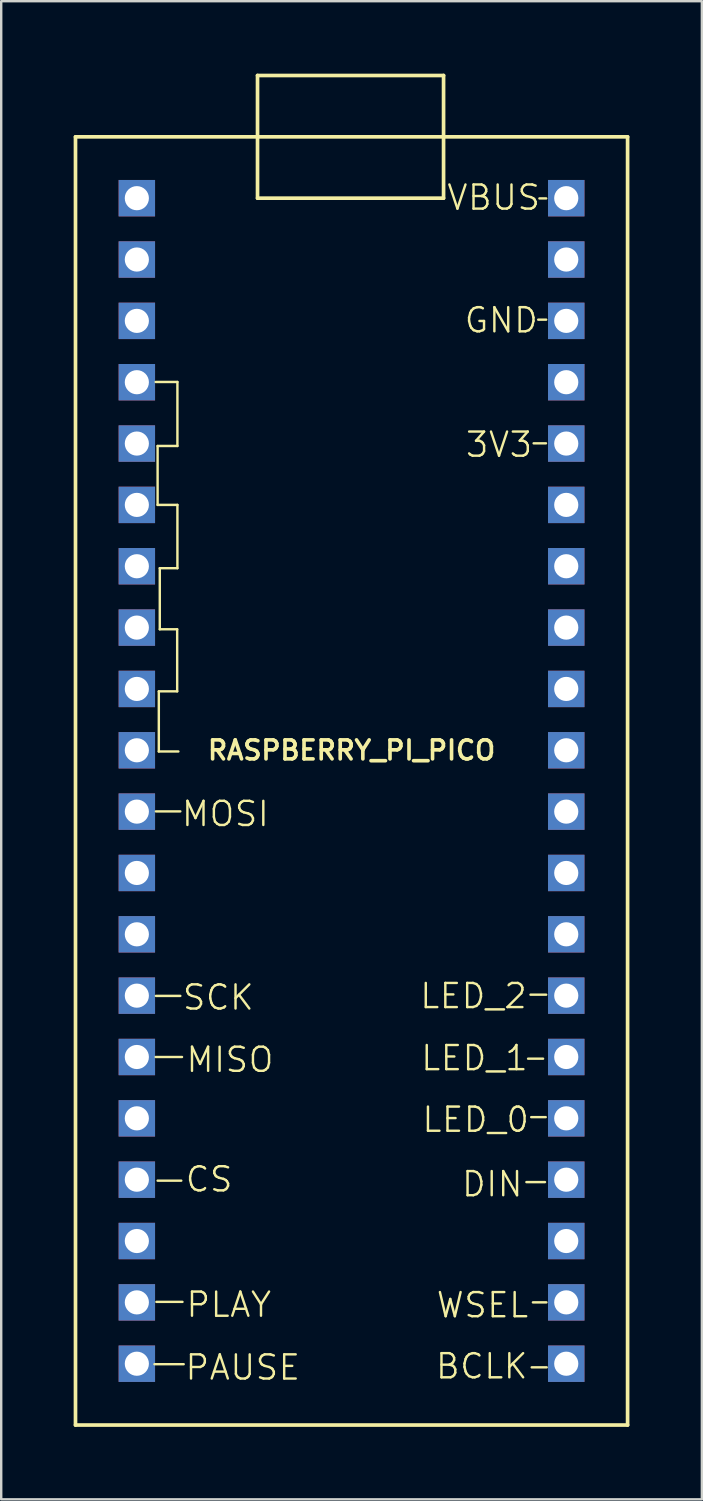
<source format=kicad_pcb>
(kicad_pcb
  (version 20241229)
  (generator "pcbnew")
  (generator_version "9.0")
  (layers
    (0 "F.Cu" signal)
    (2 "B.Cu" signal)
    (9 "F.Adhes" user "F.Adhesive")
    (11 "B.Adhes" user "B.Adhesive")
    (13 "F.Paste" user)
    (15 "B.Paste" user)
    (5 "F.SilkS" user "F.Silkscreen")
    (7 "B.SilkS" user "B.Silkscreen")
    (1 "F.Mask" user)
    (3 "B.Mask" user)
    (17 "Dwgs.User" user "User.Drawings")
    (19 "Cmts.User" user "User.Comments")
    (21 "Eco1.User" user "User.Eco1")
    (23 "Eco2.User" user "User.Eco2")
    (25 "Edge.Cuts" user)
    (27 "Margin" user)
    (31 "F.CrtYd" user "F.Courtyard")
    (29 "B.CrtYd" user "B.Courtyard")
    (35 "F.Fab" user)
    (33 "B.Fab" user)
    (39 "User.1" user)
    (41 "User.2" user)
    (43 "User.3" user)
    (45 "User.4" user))
  (footprint "RASPBERRY_PI_PICO"
    (layer "F.Cu")
    (at 11.506 28.016)
    (property "Reference" "RASPBERRY_PI_PICO" (at 0 0 0) (layer "F.SilkS") (effects (font (size 0.787 0.787) (thickness 0.15))))
    (attr through_hole)
    (fp_line (start -11.43 -25.4) (end -11.43 27.94) (stroke (width 0.152) (type solid)) (layer "F.SilkS"))
    (fp_line (start -11.43 27.94) (end 11.43 27.94) (stroke (width 0.152) (type solid)) (layer "F.SilkS"))
    (fp_line (start -8.16 25.42) (end -6.95 25.42) (stroke (width 0.1) (type default)) (layer "F.SilkS"))
    (fp_line (start -8.11 -15.25) (end -7.21 -15.25) (stroke (width 0.1) (type default)) (layer "F.SilkS"))
    (fp_line (start -8.11 12.7) (end -7.02 12.7) (stroke (width 0.1) (type default)) (layer "F.SilkS"))
    (fp_line (start -8.1 2.53) (end -7.09 2.53) (stroke (width 0.1) (type default)) (layer "F.SilkS"))
    (fp_line (start -8.1 10.17) (end -7.09 10.17) (stroke (width 0.1) (type default)) (layer "F.SilkS"))
    (fp_line (start -8.08 22.84) (end -7 22.84) (stroke (width 0.1) (type default)) (layer "F.SilkS"))
    (fp_line (start -8.03 -12.6) (end -8.03 -10.16) (stroke (width 0.1) (type default)) (layer "F.SilkS"))
    (fp_line (start -8.03 -10.16) (end -7.21 -10.16) (stroke (width 0.1) (type default)) (layer "F.SilkS"))
    (fp_line (start -8.03 17.82) (end -7.05 17.82) (stroke (width 0.1) (type default)) (layer "F.SilkS"))
    (fp_line (start -7.98 -2.44) (end -7.98 0.05) (stroke (width 0.1) (type default)) (layer "F.SilkS"))
    (fp_line (start -7.98 0.05) (end -7.17 0.05) (stroke (width 0.1) (type default)) (layer "F.SilkS"))
    (fp_line (start -7.94 -7.54) (end -7.94 -5.01) (stroke (width 0.1) (type default)) (layer "F.SilkS"))
    (fp_line (start -7.94 -5.01) (end -7.22 -5.01) (stroke (width 0.1) (type default)) (layer "F.SilkS"))
    (fp_line (start -7.22 -5.01) (end -7.22 -2.44) (stroke (width 0.1) (type default)) (layer "F.SilkS"))
    (fp_line (start -7.22 -2.44) (end -7.98 -2.44) (stroke (width 0.1) (type default)) (layer "F.SilkS"))
    (fp_line (start -7.21 -15.25) (end -7.21 -12.6) (stroke (width 0.1) (type default)) (layer "F.SilkS"))
    (fp_line (start -7.21 -12.6) (end -8.03 -12.6) (stroke (width 0.1) (type default)) (layer "F.SilkS"))
    (fp_line (start -7.21 -10.16) (end -7.21 -7.54) (stroke (width 0.1) (type default)) (layer "F.SilkS"))
    (fp_line (start -7.21 -7.54) (end -7.94 -7.54) (stroke (width 0.1) (type default)) (layer "F.SilkS"))
    (fp_line (start -3.893 -27.94) (end -3.893 -22.86) (stroke (width 0.152) (type solid)) (layer "F.SilkS"))
    (fp_line (start -3.893 -22.86) (end 3.81 -22.86) (stroke (width 0.152) (type solid)) (layer "F.SilkS"))
    (fp_line (start 3.81 -27.94) (end -3.893 -27.94) (stroke (width 0.152) (type solid)) (layer "F.SilkS"))
    (fp_line (start 3.81 -22.86) (end 3.81 -27.94) (stroke (width 0.152) (type solid)) (layer "F.SilkS"))
    (fp_line (start 7.46 25.55) (end 8.08 25.55) (stroke (width 0.1) (type default)) (layer "F.SilkS"))
    (fp_line (start 7.93 12.77) (end 7.31 12.77) (stroke (width 0.1) (type default)) (layer "F.SilkS"))
    (fp_line (start 8.01 17.88) (end 7.24 17.88) (stroke (width 0.1) (type default)) (layer "F.SilkS"))
    (fp_line (start 8.04 15.19) (end 7.44 15.19) (stroke (width 0.1) (type default)) (layer "F.SilkS"))
    (fp_line (start 8.05 -12.71) (end 7.54 -12.71) (stroke (width 0.1) (type default)) (layer "F.SilkS"))
    (fp_line (start 8.06 -22.85) (end 7.78 -22.85) (stroke (width 0.1) (type default)) (layer "F.SilkS"))
    (fp_line (start 8.06 -17.83) (end 7.73 -17.83) (stroke (width 0.1) (type default)) (layer "F.SilkS"))
    (fp_line (start 8.06 10.12) (end 7.41 10.12) (stroke (width 0.1) (type default)) (layer "F.SilkS"))
    (fp_line (start 8.07 22.86) (end 7.51 22.86) (stroke (width 0.1) (type default)) (layer "F.SilkS"))
    (fp_line (start 11.43 -25.4) (end -11.43 -25.4) (stroke (width 0.152) (type solid)) (layer "F.SilkS"))
    (fp_line (start 11.43 27.94) (end 11.43 -25.4) (stroke (width 0.152) (type solid)) (layer "F.SilkS"))
    (fp_text user "BCLK" (at 3.42 26.09 0) (unlocked yes) (layer "F.SilkS") (effects (font (size 1 1) (thickness 0.1)) (justify left bottom)))
    (fp_text user "PAUSE" (at -6.95 26.14 0) (unlocked yes) (layer "F.SilkS") (effects (font (size 1 1) (thickness 0.1)) (justify left bottom)))
    (fp_text user "LED_0" (at 2.86 15.88 0) (unlocked yes) (layer "F.SilkS") (effects (font (size 1 1) (thickness 0.1)) (justify left bottom)))
    (fp_text user "SCK" (at -7.06 10.82 0) (unlocked yes) (layer "F.SilkS") (effects (font (size 1 1) (thickness 0.1)) (justify left bottom)))
    (fp_text user "GND" (at 4.61 -17.22 0) (unlocked yes) (layer "F.SilkS") (effects (font (size 1 1) (thickness 0.1)) (justify left bottom)))
    (fp_text user "DIN" (at 4.5 18.55 0) (unlocked yes) (layer "F.SilkS") (effects (font (size 1 1) (thickness 0.1)) (justify left bottom)))
    (fp_text user "LED_1" (at 2.81 13.33 0) (unlocked yes) (layer "F.SilkS") (effects (font (size 1 1) (thickness 0.1)) (justify left bottom)))
    (fp_text user "WSEL" (at 3.45 23.56 0) (unlocked yes) (layer "F.SilkS") (effects (font (size 1 1) (thickness 0.1)) (justify left bottom)))
    (fp_text user "3V3" (at 4.66 -12.07 0) (unlocked yes) (layer "F.SilkS") (effects (font (size 1 1) (thickness 0.1)) (justify left bottom)))
    (fp_text user "LED_2" (at 2.77 10.76 0) (unlocked yes) (layer "F.SilkS") (effects (font (size 1 1) (thickness 0.1)) (justify left bottom)))
    (fp_text user "MOSI" (at -7.1 3.22 0) (unlocked yes) (layer "F.SilkS") (effects (font (size 1 1) (thickness 0.1)) (justify left bottom)))
    (fp_text user "CS" (at -6.94 18.35 0) (unlocked yes) (layer "F.SilkS") (effects (font (size 1 1) (thickness 0.1)) (justify left bottom)))
    (fp_text user "PLAY" (at -6.91 23.54 0) (unlocked yes) (layer "F.SilkS") (effects (font (size 1 1) (thickness 0.1)) (justify left bottom)))
    (fp_text user "MISO" (at -6.91 13.4 0) (unlocked yes) (layer "F.SilkS") (effects (font (size 1 1) (thickness 0.1)) (justify left bottom)))
    (fp_text user "VBUS" (at 3.89 -22.3 0) (unlocked yes) (layer "F.SilkS") (effects (font (size 1 1) (thickness 0.1)) (justify left bottom)))
    (pad "3V3" thru_hole rect (at 8.89 -12.7) (size 1.508 1.508) (drill 1) (layers "*.Cu" "*.Mask"))
    (pad "3V3_EN" thru_hole rect (at 8.89 -15.24) (size 1.508 1.508) (drill 1) (layers "*.Cu" "*.Mask"))
    (pad "ADC_VREF" thru_hole rect (at 8.89 -10.16) (size 1.508 1.508) (drill 1) (layers "*.Cu" "*.Mask"))
    (pad "AGND" thru_hole rect (at 8.89 -5.08) (size 1.508 1.508) (drill 1) (layers "*.Cu" "*.Mask"))
    (pad "GND" thru_hole rect (at 8.89 -17.78) (size 1.508 1.508) (drill 1) (layers "*.Cu" "*.Mask"))
    (pad "GND2" thru_hole rect (at 8.89 7.62) (size 1.508 1.508) (drill 1) (layers "*.Cu" "*.Mask"))
    (pad "GND3" thru_hole rect (at 8.89 20.32) (size 1.508 1.508) (drill 1) (layers "*.Cu" "*.Mask"))
    (pad "GND4" thru_hole rect (at -8.89 -17.78) (size 1.508 1.508) (drill 1) (layers "*.Cu" "*.Mask"))
    (pad "GND5" thru_hole rect (at -8.89 -5.08) (size 1.508 1.508) (drill 1) (layers "*.Cu" "*.Mask"))
    (pad "GND6" thru_hole rect (at -8.89 7.62) (size 1.508 1.508) (drill 1) (layers "*.Cu" "*.Mask"))
    (pad "GND7" thru_hole rect (at -8.89 20.32) (size 1.508 1.508) (drill 1) (layers "*.Cu" "*.Mask"))
    (pad "GP0" thru_hole rect (at -8.89 -22.86) (size 1.508 1.508) (drill 1) (layers "*.Cu" "*.Mask"))
    (pad "GP1" thru_hole rect (at -8.89 -20.32) (size 1.508 1.508) (drill 1) (layers "*.Cu" "*.Mask"))
    (pad "GP2" thru_hole rect (at -8.89 -15.24) (size 1.508 1.508) (drill 1) (layers "*.Cu" "*.Mask"))
    (pad "GP3" thru_hole rect (at -8.89 -12.7) (size 1.508 1.508) (drill 1) (layers "*.Cu" "*.Mask"))
    (pad "GP4" thru_hole rect (at -8.89 -10.16) (size 1.508 1.508) (drill 1) (layers "*.Cu" "*.Mask"))
    (pad "GP5" thru_hole rect (at -8.89 -7.62) (size 1.508 1.508) (drill 1) (layers "*.Cu" "*.Mask"))
    (pad "GP6" thru_hole rect (at -8.89 -2.54) (size 1.508 1.508) (drill 1) (layers "*.Cu" "*.Mask"))
    (pad "GP7" thru_hole rect (at -8.89 0) (size 1.508 1.508) (drill 1) (layers "*.Cu" "*.Mask"))
    (pad "GP8" thru_hole rect (at -8.89 2.54) (size 1.508 1.508) (drill 1) (layers "*.Cu" "*.Mask"))
    (pad "GP9" thru_hole rect (at -8.89 5.08) (size 1.508 1.508) (drill 1) (layers "*.Cu" "*.Mask"))
    (pad "GP10" thru_hole rect (at -8.89 10.16) (size 1.508 1.508) (drill 1) (layers "*.Cu" "*.Mask"))
    (pad "GP11" thru_hole rect (at -8.89 12.7) (size 1.508 1.508) (drill 1) (layers "*.Cu" "*.Mask"))
    (pad "GP12" thru_hole rect (at -8.89 15.24) (size 1.508 1.508) (drill 1) (layers "*.Cu" "*.Mask"))
    (pad "GP13" thru_hole rect (at -8.89 17.78) (size 1.508 1.508) (drill 1) (layers "*.Cu" "*.Mask"))
    (pad "GP14" thru_hole rect (at -8.89 22.86) (size 1.508 1.508) (drill 1) (layers "*.Cu" "*.Mask"))
    (pad "GP15" thru_hole rect (at -8.89 25.4) (size 1.508 1.508) (drill 1) (layers "*.Cu" "*.Mask"))
    (pad "GP16" thru_hole rect (at 8.89 25.4) (size 1.508 1.508) (drill 1) (layers "*.Cu" "*.Mask"))
    (pad "GP17" thru_hole rect (at 8.89 22.86) (size 1.508 1.508) (drill 1) (layers "*.Cu" "*.Mask"))
    (pad "GP18" thru_hole rect (at 8.89 17.78) (size 1.508 1.508) (drill 1) (layers "*.Cu" "*.Mask"))
    (pad "GP19" thru_hole rect (at 8.89 15.24) (size 1.508 1.508) (drill 1) (layers "*.Cu" "*.Mask"))
    (pad "GP20" thru_hole rect (at 8.89 12.7) (size 1.508 1.508) (drill 1) (layers "*.Cu" "*.Mask"))
    (pad "GP21" thru_hole rect (at 8.89 10.16) (size 1.508 1.508) (drill 1) (layers "*.Cu" "*.Mask"))
    (pad "GP22" thru_hole rect (at 8.89 5.08) (size 1.508 1.508) (drill 1) (layers "*.Cu" "*.Mask"))
    (pad "GP26_A0" thru_hole rect (at 8.89 0) (size 1.508 1.508) (drill 1) (layers "*.Cu" "*.Mask"))
    (pad "GP27_A1" thru_hole rect (at 8.89 -2.54) (size 1.508 1.508) (drill 1) (layers "*.Cu" "*.Mask"))
    (pad "GP28_A2" thru_hole rect (at 8.89 -7.62) (size 1.508 1.508) (drill 1) (layers "*.Cu" "*.Mask"))
    (pad "RUN" thru_hole rect (at 8.89 2.54) (size 1.508 1.508) (drill 1) (layers "*.Cu" "*.Mask"))
    (pad "VBUS" thru_hole rect (at 8.89 -22.86) (size 1.508 1.508) (drill 1) (layers "*.Cu" "*.Mask"))
    (pad "VSYS" thru_hole rect (at 8.89 -20.32) (size 1.508 1.508) (drill 1) (layers "*.Cu" "*.Mask")))
  (gr_rect
    (start -3 -3)
    (end 26.012 59.032)
    (stroke (width 0.1) (type default))
    (fill no)
    (layer "Edge.Cuts")))
</source>
